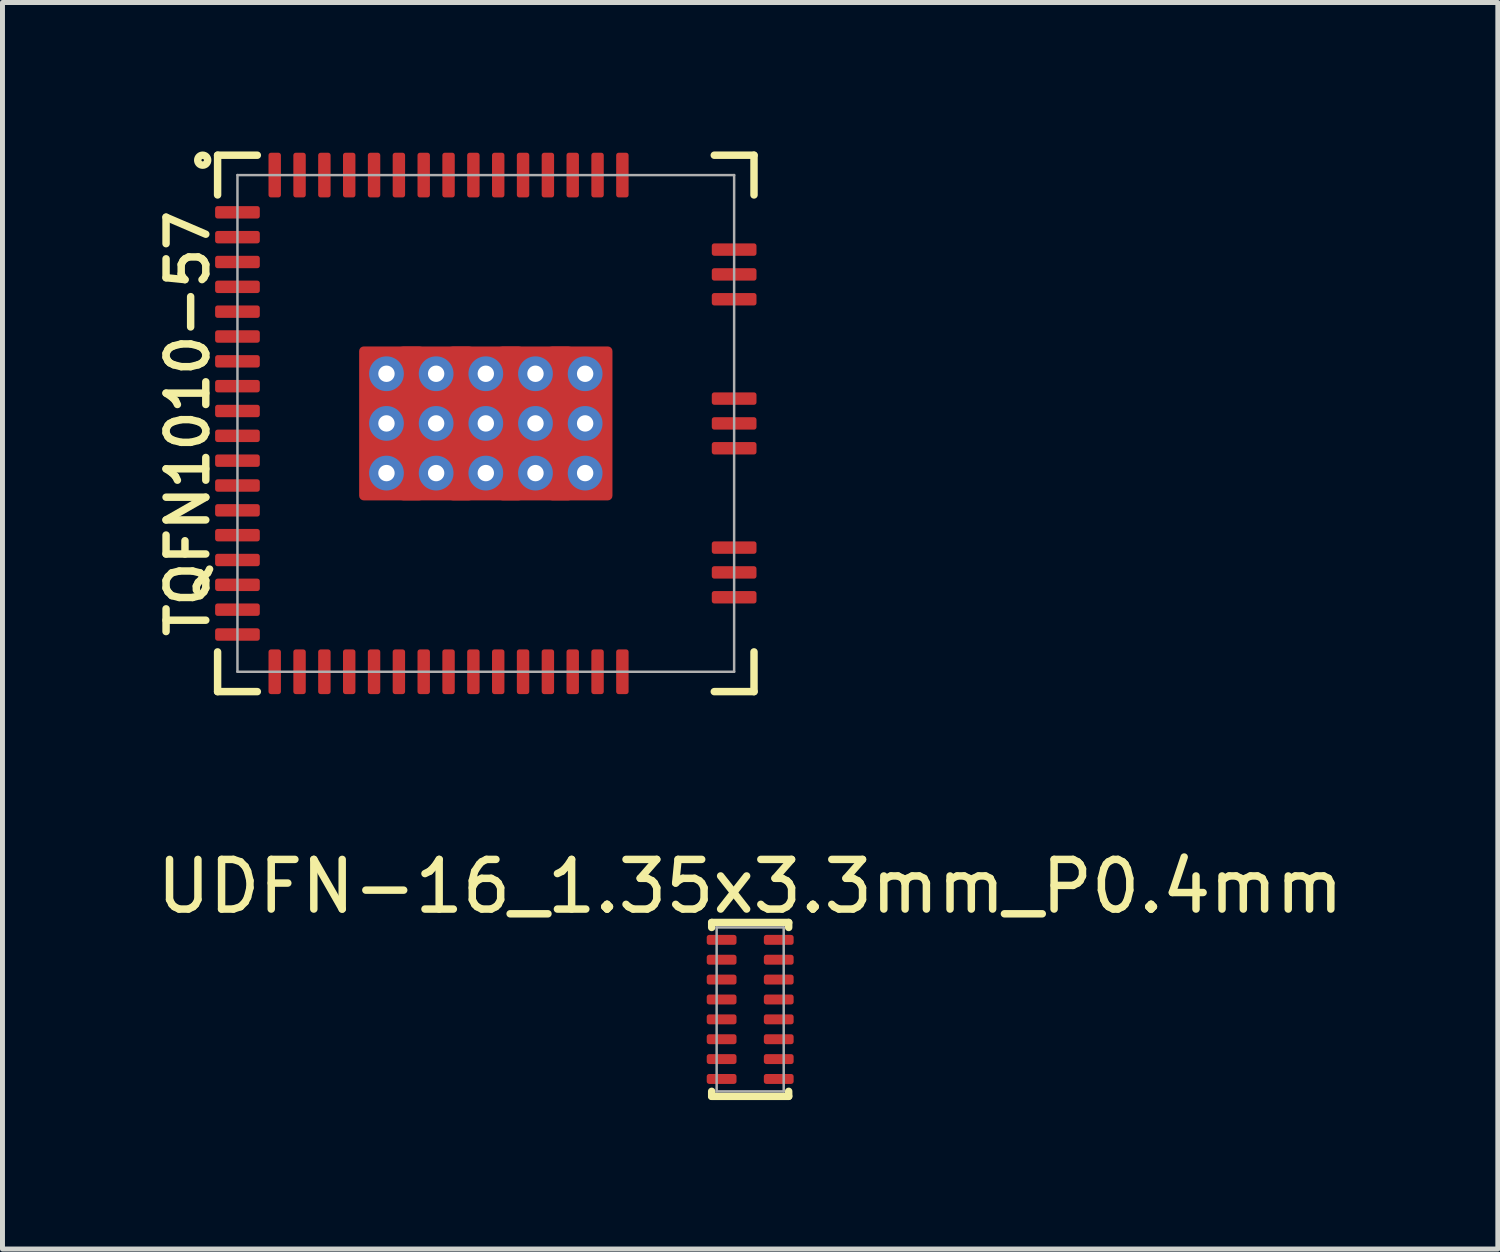
<source format=kicad_pcb>
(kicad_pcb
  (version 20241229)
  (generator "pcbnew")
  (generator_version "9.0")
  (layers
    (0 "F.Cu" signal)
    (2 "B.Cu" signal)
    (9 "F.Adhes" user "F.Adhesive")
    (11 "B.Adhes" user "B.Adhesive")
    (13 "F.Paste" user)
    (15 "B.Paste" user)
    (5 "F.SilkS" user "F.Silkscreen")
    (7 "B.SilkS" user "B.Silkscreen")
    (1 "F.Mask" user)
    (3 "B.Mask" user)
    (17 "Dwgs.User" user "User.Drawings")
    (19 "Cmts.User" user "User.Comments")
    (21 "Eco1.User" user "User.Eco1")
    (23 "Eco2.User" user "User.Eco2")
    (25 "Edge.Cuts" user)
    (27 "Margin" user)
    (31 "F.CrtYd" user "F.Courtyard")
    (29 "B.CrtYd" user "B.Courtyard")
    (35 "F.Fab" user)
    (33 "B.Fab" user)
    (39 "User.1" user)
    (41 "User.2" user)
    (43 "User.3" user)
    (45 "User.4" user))
  (footprint "UDFN-16_1.35x3.3mm_P0.4mm"
    (layer "F.Cu")
    (at 12.054 17.273)
    (property "Reference" "UDFN-16_1.35x3.3mm_P0.4mm" (at 0 -2.475 0) (layer "F.SilkS") (effects (font (size 1 1) (thickness 0.15))))
    (attr smd)
    (fp_line (start -0.775 -1.75) (end -0.775 -1.65) (stroke (width 0.15) (type solid)) (layer "F.SilkS"))
    (fp_line (start -0.775 -1.75) (end 0.775 -1.75) (stroke (width 0.15) (type solid)) (layer "F.SilkS"))
    (fp_line (start -0.775 1.75) (end -0.775 1.65) (stroke (width 0.15) (type solid)) (layer "F.SilkS"))
    (fp_line (start -0.775 1.75) (end 0.775 1.75) (stroke (width 0.15) (type solid)) (layer "F.SilkS"))
    (fp_line (start 0.775 -1.75) (end 0.775 -1.65) (stroke (width 0.15) (type solid)) (layer "F.SilkS"))
    (fp_line (start 0.775 1.75) (end 0.775 1.65) (stroke (width 0.15) (type solid)) (layer "F.SilkS"))
    (fp_line (start -0.675 -1.65) (end 0.675 -1.65) (stroke (width 0.05) (type solid)) (layer "F.Fab"))
    (fp_line (start -0.675 1.65) (end -0.675 -1.65) (stroke (width 0.05) (type solid)) (layer "F.Fab"))
    (fp_line (start 0.675 -1.65) (end 0.675 1.65) (stroke (width 0.05) (type solid)) (layer "F.Fab"))
    (fp_line (start 0.675 1.65) (end -0.675 1.65) (stroke (width 0.05) (type solid)) (layer "F.Fab"))
    (pad "1" smd roundrect (at -0.575 -1.4) (size 0.6 0.2) (layers "F.Cu" "F.Mask" "F.Paste") (roundrect_rratio 0.25))
    (pad "2" smd roundrect (at -0.575 -1) (size 0.6 0.2) (layers "F.Cu" "F.Mask" "F.Paste") (roundrect_rratio 0.25))
    (pad "3" smd roundrect (at -0.575 -0.6) (size 0.6 0.2) (layers "F.Cu" "F.Mask" "F.Paste") (roundrect_rratio 0.25))
    (pad "4" smd roundrect (at -0.575 -0.2) (size 0.6 0.2) (layers "F.Cu" "F.Mask" "F.Paste") (roundrect_rratio 0.25))
    (pad "5" smd roundrect (at -0.575 0.2) (size 0.6 0.2) (layers "F.Cu" "F.Mask" "F.Paste") (roundrect_rratio 0.25))
    (pad "6" smd roundrect (at -0.575 0.6) (size 0.6 0.2) (layers "F.Cu" "F.Mask" "F.Paste") (roundrect_rratio 0.25))
    (pad "7" smd roundrect (at -0.575 1) (size 0.6 0.2) (layers "F.Cu" "F.Mask" "F.Paste") (roundrect_rratio 0.25))
    (pad "8" smd roundrect (at -0.575 1.4) (size 0.6 0.2) (layers "F.Cu" "F.Mask" "F.Paste") (roundrect_rratio 0.25))
    (pad "9" smd roundrect (at 0.575 1.4) (size 0.6 0.2) (layers "F.Cu" "F.Mask" "F.Paste") (roundrect_rratio 0.25))
    (pad "10" smd roundrect (at 0.575 1) (size 0.6 0.2) (layers "F.Cu" "F.Mask" "F.Paste") (roundrect_rratio 0.25))
    (pad "11" smd roundrect (at 0.575 0.6) (size 0.6 0.2) (layers "F.Cu" "F.Mask" "F.Paste") (roundrect_rratio 0.25))
    (pad "12" smd roundrect (at 0.575 0.2) (size 0.6 0.2) (layers "F.Cu" "F.Mask" "F.Paste") (roundrect_rratio 0.25))
    (pad "13" smd roundrect (at 0.575 -0.2) (size 0.6 0.2) (layers "F.Cu" "F.Mask" "F.Paste") (roundrect_rratio 0.25))
    (pad "14" smd roundrect (at 0.575 -0.6) (size 0.6 0.2) (layers "F.Cu" "F.Mask" "F.Paste") (roundrect_rratio 0.25))
    (pad "15" smd roundrect (at 0.575 -1) (size 0.6 0.2) (layers "F.Cu" "F.Mask" "F.Paste") (roundrect_rratio 0.25))
    (pad "16" smd roundrect (at 0.575 -1.4) (size 0.6 0.2) (layers "F.Cu" "F.Mask" "F.Paste") (roundrect_rratio 0.25)))
  (footprint "TQFN1010-57"
    (layer "F.Cu")
    (at 6.731 5.475)
    (property "Reference" "TQFN1010-57" (at -6 0 90) (layer "F.SilkS") (effects (font (size 0.8 0.8) (thickness 0.15))))
    (attr smd)
    (fp_line (start -5.4 -5.4) (end -4.6 -5.4) (stroke (width 0.15) (type solid)) (layer "F.SilkS"))
    (fp_line (start -5.4 -4.6) (end -5.4 -5.4) (stroke (width 0.15) (type solid)) (layer "F.SilkS"))
    (fp_line (start -5.4 5.4) (end -5.4 4.6) (stroke (width 0.15) (type solid)) (layer "F.SilkS"))
    (fp_line (start -4.6 5.4) (end -5.4 5.4) (stroke (width 0.15) (type solid)) (layer "F.SilkS"))
    (fp_line (start 4.6 -5.4) (end 5.4 -5.4) (stroke (width 0.15) (type solid)) (layer "F.SilkS"))
    (fp_line (start 5.4 -5.4) (end 5.4 -4.6) (stroke (width 0.15) (type solid)) (layer "F.SilkS"))
    (fp_line (start 5.4 4.6) (end 5.4 5.4) (stroke (width 0.15) (type solid)) (layer "F.SilkS"))
    (fp_line (start 5.4 5.4) (end 4.6 5.4) (stroke (width 0.15) (type solid)) (layer "F.SilkS"))
    (fp_circle (center -5.7 -5.3) (end -5.7 -5.4) (stroke (width 0.15) (type solid)) (fill no) (layer "F.SilkS"))
    (fp_line (start -5 -5) (end 5 -5) (stroke (width 0.05) (type solid)) (layer "F.Fab"))
    (fp_line (start -5 5) (end -5 -5) (stroke (width 0.05) (type solid)) (layer "F.Fab"))
    (fp_line (start 5 -5) (end 5 5) (stroke (width 0.05) (type solid)) (layer "F.Fab"))
    (fp_line (start 5 5) (end -5 5) (stroke (width 0.05) (type solid)) (layer "F.Fab"))
    (pad "" smd roundrect (at -5 -4.25 180) (size 0.5 0.25) (layers "F.Paste") (roundrect_rratio 0.2))
    (pad "" smd roundrect (at -5 -3.75 180) (size 0.5 0.25) (layers "F.Paste") (roundrect_rratio 0.2))
    (pad "" smd roundrect (at -5 -3.25 180) (size 0.5 0.25) (layers "F.Paste") (roundrect_rratio 0.2))
    (pad "" smd roundrect (at -5 -2.75 180) (size 0.5 0.25) (layers "F.Paste") (roundrect_rratio 0.2))
    (pad "" smd roundrect (at -5 -2.25 180) (size 0.5 0.25) (layers "F.Paste") (roundrect_rratio 0.2))
    (pad "" smd roundrect (at -5 -1.75 180) (size 0.5 0.25) (layers "F.Paste") (roundrect_rratio 0.2))
    (pad "" smd roundrect (at -5 -1.25 180) (size 0.5 0.25) (layers "F.Paste") (roundrect_rratio 0.2))
    (pad "" smd roundrect (at -5 -0.75 180) (size 0.5 0.25) (layers "F.Paste") (roundrect_rratio 0.2))
    (pad "" smd roundrect (at -5 -0.25 180) (size 0.5 0.25) (layers "F.Paste") (roundrect_rratio 0.2))
    (pad "" smd roundrect (at -5 0.25 180) (size 0.5 0.25) (layers "F.Paste") (roundrect_rratio 0.2))
    (pad "" smd roundrect (at -5 0.75 180) (size 0.5 0.25) (layers "F.Paste") (roundrect_rratio 0.2))
    (pad "" smd roundrect (at -5 1.25 180) (size 0.5 0.25) (layers "F.Paste") (roundrect_rratio 0.2))
    (pad "" smd roundrect (at -5 1.75 180) (size 0.5 0.25) (layers "F.Paste") (roundrect_rratio 0.2))
    (pad "" smd roundrect (at -5 2.25 180) (size 0.5 0.25) (layers "F.Paste") (roundrect_rratio 0.2))
    (pad "" smd roundrect (at -5 2.75 180) (size 0.5 0.25) (layers "F.Paste") (roundrect_rratio 0.2))
    (pad "" smd roundrect (at -5 3.25 180) (size 0.5 0.25) (layers "F.Paste") (roundrect_rratio 0.2))
    (pad "" smd roundrect (at -5 3.75 180) (size 0.5 0.25) (layers "F.Paste") (roundrect_rratio 0.2))
    (pad "" smd roundrect (at -5 4.25 180) (size 0.5 0.25) (layers "F.Paste") (roundrect_rratio 0.2))
    (pad "" smd roundrect (at -4.25 -5 90) (size 0.5 0.25) (layers "F.Paste") (roundrect_rratio 0.2))
    (pad "" smd roundrect (at -4.25 5 270) (size 0.5 0.25) (layers "F.Paste") (roundrect_rratio 0.2))
    (pad "" smd roundrect (at -3.75 -5 90) (size 0.5 0.25) (layers "F.Paste") (roundrect_rratio 0.2))
    (pad "" smd roundrect (at -3.75 5 270) (size 0.5 0.25) (layers "F.Paste") (roundrect_rratio 0.2))
    (pad "" smd roundrect (at -3.25 -5 90) (size 0.5 0.25) (layers "F.Paste") (roundrect_rratio 0.2))
    (pad "" smd roundrect (at -3.25 5 270) (size 0.5 0.25) (layers "F.Paste") (roundrect_rratio 0.2))
    (pad "" smd roundrect (at -2.75 -5 90) (size 0.5 0.25) (layers "F.Paste") (roundrect_rratio 0.2))
    (pad "" smd roundrect (at -2.75 5 270) (size 0.5 0.25) (layers "F.Paste") (roundrect_rratio 0.2))
    (pad "" smd roundrect (at -2.25 -5 90) (size 0.5 0.25) (layers "F.Paste") (roundrect_rratio 0.2))
    (pad "" smd roundrect (at -2.25 5 270) (size 0.5 0.25) (layers "F.Paste") (roundrect_rratio 0.2))
    (pad "" smd roundrect (at -1.75 -5 90) (size 0.5 0.25) (layers "F.Paste") (roundrect_rratio 0.2))
    (pad "" smd roundrect (at -1.75 5 270) (size 0.5 0.25) (layers "F.Paste") (roundrect_rratio 0.2))
    (pad "" smd roundrect (at -1.25 -5 90) (size 0.5 0.25) (layers "F.Paste") (roundrect_rratio 0.2))
    (pad "" smd roundrect (at -1.25 5 270) (size 0.5 0.25) (layers "F.Paste") (roundrect_rratio 0.2))
    (pad "" smd roundrect (at -0.75 -5 90) (size 0.5 0.25) (layers "F.Paste") (roundrect_rratio 0.2))
    (pad "" smd roundrect (at -0.75 5 270) (size 0.5 0.25) (layers "F.Paste") (roundrect_rratio 0.2))
    (pad "" smd roundrect (at -0.25 -5 90) (size 0.5 0.25) (layers "F.Paste") (roundrect_rratio 0.2))
    (pad "" smd roundrect (at -0.25 5 270) (size 0.5 0.25) (layers "F.Paste") (roundrect_rratio 0.2))
    (pad "" smd roundrect (at 0.25 -5 90) (size 0.5 0.25) (layers "F.Paste") (roundrect_rratio 0.2))
    (pad "" smd roundrect (at 0.25 5 270) (size 0.5 0.25) (layers "F.Paste") (roundrect_rratio 0.2))
    (pad "" smd roundrect (at 0.75 -5 90) (size 0.5 0.25) (layers "F.Paste") (roundrect_rratio 0.2))
    (pad "" smd roundrect (at 0.75 5 270) (size 0.5 0.25) (layers "F.Paste") (roundrect_rratio 0.2))
    (pad "" smd roundrect (at 1.25 -5 90) (size 0.5 0.25) (layers "F.Paste") (roundrect_rratio 0.2))
    (pad "" smd roundrect (at 1.25 5 270) (size 0.5 0.25) (layers "F.Paste") (roundrect_rratio 0.2))
    (pad "" smd roundrect (at 1.75 -5 90) (size 0.5 0.25) (layers "F.Paste") (roundrect_rratio 0.2))
    (pad "" smd roundrect (at 1.75 5 270) (size 0.5 0.25) (layers "F.Paste") (roundrect_rratio 0.2))
    (pad "" smd roundrect (at 2.25 -5 90) (size 0.5 0.25) (layers "F.Paste") (roundrect_rratio 0.2))
    (pad "" smd roundrect (at 2.25 5 270) (size 0.5 0.25) (layers "F.Paste") (roundrect_rratio 0.2))
    (pad "" smd roundrect (at 2.75 -5 90) (size 0.5 0.25) (layers "F.Paste") (roundrect_rratio 0.2))
    (pad "" smd roundrect (at 2.75 5 270) (size 0.5 0.25) (layers "F.Paste") (roundrect_rratio 0.2))
    (pad "" smd roundrect (at 5 -3.5) (size 0.5 0.25) (layers "F.Paste") (roundrect_rratio 0.2))
    (pad "" smd roundrect (at 5 -3) (size 0.5 0.25) (layers "F.Paste") (roundrect_rratio 0.2))
    (pad "" smd roundrect (at 5 -2.5) (size 0.5 0.25) (layers "F.Paste") (roundrect_rratio 0.2))
    (pad "" smd roundrect (at 5 -0.5) (size 0.5 0.25) (layers "F.Paste") (roundrect_rratio 0.2))
    (pad "" smd roundrect (at 5 0) (size 0.5 0.25) (layers "F.Paste") (roundrect_rratio 0.2))
    (pad "" smd roundrect (at 5 0.5) (size 0.5 0.25) (layers "F.Paste") (roundrect_rratio 0.2))
    (pad "" smd roundrect (at 5 2.5) (size 0.5 0.25) (layers "F.Paste") (roundrect_rratio 0.2))
    (pad "" smd roundrect (at 5 3) (size 0.5 0.25) (layers "F.Paste") (roundrect_rratio 0.2))
    (pad "" smd roundrect (at 5 3.5) (size 0.5 0.25) (layers "F.Paste") (roundrect_rratio 0.2))
    (pad "1" smd roundrect (at -5 -4.25) (size 0.9 0.25) (layers "F.Cu" "F.Mask") (roundrect_rratio 0.2))
    (pad "2" smd roundrect (at -5 -3.75) (size 0.9 0.25) (layers "F.Cu" "F.Mask") (roundrect_rratio 0.2))
    (pad "3" smd roundrect (at -5 -3.25) (size 0.9 0.25) (layers "F.Cu" "F.Mask") (roundrect_rratio 0.2))
    (pad "4" smd roundrect (at -5 -2.75) (size 0.9 0.25) (layers "F.Cu" "F.Mask") (roundrect_rratio 0.2))
    (pad "5" smd roundrect (at -5 -2.25) (size 0.9 0.25) (layers "F.Cu" "F.Mask") (roundrect_rratio 0.2))
    (pad "6" smd roundrect (at -5 -1.75) (size 0.9 0.25) (layers "F.Cu" "F.Mask") (roundrect_rratio 0.2))
    (pad "7" smd roundrect (at -5 -1.25) (size 0.9 0.25) (layers "F.Cu" "F.Mask") (roundrect_rratio 0.2))
    (pad "8" smd roundrect (at -5 -0.75) (size 0.9 0.25) (layers "F.Cu" "F.Mask") (roundrect_rratio 0.2))
    (pad "9" smd roundrect (at -5 -0.25) (size 0.9 0.25) (layers "F.Cu" "F.Mask") (roundrect_rratio 0.2))
    (pad "10" smd roundrect (at -5 0.25) (size 0.9 0.25) (layers "F.Cu" "F.Mask") (roundrect_rratio 0.2))
    (pad "11" smd roundrect (at -5 0.75) (size 0.9 0.25) (layers "F.Cu" "F.Mask") (roundrect_rratio 0.2))
    (pad "12" smd roundrect (at -5 1.25) (size 0.9 0.25) (layers "F.Cu" "F.Mask") (roundrect_rratio 0.2))
    (pad "13" smd roundrect (at -5 1.75) (size 0.9 0.25) (layers "F.Cu" "F.Mask") (roundrect_rratio 0.2))
    (pad "14" smd roundrect (at -5 2.25) (size 0.9 0.25) (layers "F.Cu" "F.Mask") (roundrect_rratio 0.2))
    (pad "15" smd roundrect (at -5 2.75) (size 0.9 0.25) (layers "F.Cu" "F.Mask") (roundrect_rratio 0.2))
    (pad "16" smd roundrect (at -5 3.25) (size 0.9 0.25) (layers "F.Cu" "F.Mask") (roundrect_rratio 0.2))
    (pad "17" smd roundrect (at -5 3.75) (size 0.9 0.25) (layers "F.Cu" "F.Mask") (roundrect_rratio 0.2))
    (pad "18" smd roundrect (at -5 4.25) (size 0.9 0.25) (layers "F.Cu" "F.Mask") (roundrect_rratio 0.2))
    (pad "19" smd roundrect (at -4.25 5 90) (size 0.9 0.25) (layers "F.Cu" "F.Mask") (roundrect_rratio 0.2))
    (pad "20" smd roundrect (at -3.75 5 90) (size 0.9 0.25) (layers "F.Cu" "F.Mask") (roundrect_rratio 0.2))
    (pad "21" smd roundrect (at -3.25 5 90) (size 0.9 0.25) (layers "F.Cu" "F.Mask") (roundrect_rratio 0.2))
    (pad "22" smd roundrect (at -2.75 5 90) (size 0.9 0.25) (layers "F.Cu" "F.Mask") (roundrect_rratio 0.2))
    (pad "23" smd roundrect (at -2.25 5 90) (size 0.9 0.25) (layers "F.Cu" "F.Mask") (roundrect_rratio 0.2))
    (pad "24" smd roundrect (at -1.75 5 90) (size 0.9 0.25) (layers "F.Cu" "F.Mask") (roundrect_rratio 0.2))
    (pad "25" smd roundrect (at -1.25 5 90) (size 0.9 0.25) (layers "F.Cu" "F.Mask") (roundrect_rratio 0.2))
    (pad "26" smd roundrect (at -0.75 5 90) (size 0.9 0.25) (layers "F.Cu" "F.Mask") (roundrect_rratio 0.2))
    (pad "27" smd roundrect (at -0.25 5 90) (size 0.9 0.25) (layers "F.Cu" "F.Mask") (roundrect_rratio 0.2))
    (pad "28" smd roundrect (at 0.25 5 90) (size 0.9 0.25) (layers "F.Cu" "F.Mask") (roundrect_rratio 0.2))
    (pad "29" smd roundrect (at 0.75 5 90) (size 0.9 0.25) (layers "F.Cu" "F.Mask") (roundrect_rratio 0.2))
    (pad "30" smd roundrect (at 1.25 5 90) (size 0.9 0.25) (layers "F.Cu" "F.Mask") (roundrect_rratio 0.2))
    (pad "31" smd roundrect (at 1.75 5 90) (size 0.9 0.25) (layers "F.Cu" "F.Mask") (roundrect_rratio 0.2))
    (pad "32" smd roundrect (at 2.25 5 90) (size 0.9 0.25) (layers "F.Cu" "F.Mask") (roundrect_rratio 0.2))
    (pad "33" smd roundrect (at 2.75 5 90) (size 0.9 0.25) (layers "F.Cu" "F.Mask") (roundrect_rratio 0.2))
    (pad "34" smd roundrect (at 5 3.5) (size 0.9 0.25) (layers "F.Cu" "F.Mask") (roundrect_rratio 0.2))
    (pad "35" smd roundrect (at 5 3) (size 0.9 0.25) (layers "F.Cu" "F.Mask") (roundrect_rratio 0.2))
    (pad "36" smd roundrect (at 5 2.5) (size 0.9 0.25) (layers "F.Cu" "F.Mask") (roundrect_rratio 0.2))
    (pad "37" smd roundrect (at 5 0.5) (size 0.9 0.25) (layers "F.Cu" "F.Mask") (roundrect_rratio 0.2))
    (pad "38" smd roundrect (at 5 0) (size 0.9 0.25) (layers "F.Cu" "F.Mask") (roundrect_rratio 0.2))
    (pad "39" smd roundrect (at 5 -0.5) (size 0.9 0.25) (layers "F.Cu" "F.Mask") (roundrect_rratio 0.2))
    (pad "40" smd roundrect (at 5 -2.5) (size 0.9 0.25) (layers "F.Cu" "F.Mask") (roundrect_rratio 0.2))
    (pad "41" smd roundrect (at 5 -3) (size 0.9 0.25) (layers "F.Cu" "F.Mask") (roundrect_rratio 0.2))
    (pad "42" smd roundrect (at 5 -3.5) (size 0.9 0.25) (layers "F.Cu" "F.Mask") (roundrect_rratio 0.2))
    (pad "43" smd roundrect (at 2.75 -5 90) (size 0.9 0.25) (layers "F.Cu" "F.Mask") (roundrect_rratio 0.2))
    (pad "44" smd roundrect (at 2.25 -5 90) (size 0.9 0.25) (layers "F.Cu" "F.Mask") (roundrect_rratio 0.2))
    (pad "45" smd roundrect (at 1.75 -5 90) (size 0.9 0.25) (layers "F.Cu" "F.Mask") (roundrect_rratio 0.2))
    (pad "46" smd roundrect (at 1.25 -5 90) (size 0.9 0.25) (layers "F.Cu" "F.Mask") (roundrect_rratio 0.2))
    (pad "47" smd roundrect (at 0.75 -5 90) (size 0.9 0.25) (layers "F.Cu" "F.Mask") (roundrect_rratio 0.2))
    (pad "48" smd roundrect (at 0.25 -5 90) (size 0.9 0.25) (layers "F.Cu" "F.Mask") (roundrect_rratio 0.2))
    (pad "49" smd roundrect (at -0.25 -5 90) (size 0.9 0.25) (layers "F.Cu" "F.Mask") (roundrect_rratio 0.2))
    (pad "50" smd roundrect (at -0.75 -5 90) (size 0.9 0.25) (layers "F.Cu" "F.Mask") (roundrect_rratio 0.2))
    (pad "51" smd roundrect (at -1.25 -5 90) (size 0.9 0.25) (layers "F.Cu" "F.Mask") (roundrect_rratio 0.2))
    (pad "52" smd roundrect (at -1.75 -5 90) (size 0.9 0.25) (layers "F.Cu" "F.Mask") (roundrect_rratio 0.2))
    (pad "53" smd roundrect (at -2.25 -5 90) (size 0.9 0.25) (layers "F.Cu" "F.Mask") (roundrect_rratio 0.2))
    (pad "54" smd roundrect (at -2.75 -5 90) (size 0.9 0.25) (layers "F.Cu" "F.Mask") (roundrect_rratio 0.2))
    (pad "55" smd roundrect (at -3.25 -5 90) (size 0.9 0.25) (layers "F.Cu" "F.Mask") (roundrect_rratio 0.2))
    (pad "56" smd roundrect (at -3.75 -5 90) (size 0.9 0.25) (layers "F.Cu" "F.Mask") (roundrect_rratio 0.2))
    (pad "57" smd roundrect (at -4.25 -5 90) (size 0.9 0.25) (layers "F.Cu" "F.Mask") (roundrect_rratio 0.2))
    (pad "58" thru_hole circle (at -2 -1) (size 0.7 0.7) (drill 0.33) (layers "*.Cu"))
    (pad "58" thru_hole circle (at -2 0) (size 0.7 0.7) (drill 0.33) (layers "*.Cu"))
    (pad "58" thru_hole circle (at -2 1) (size 0.7 0.7) (drill 0.33) (layers "*.Cu"))
    (pad "58" smd roundrect (at -1.5 -0.85) (size 0.65 1.4) (layers "F.Cu" "F.Paste") (roundrect_rratio 0.25))
    (pad "58" smd roundrect (at -1.5 0.85) (size 0.65 1.4) (layers "F.Cu" "F.Paste") (roundrect_rratio 0.25))
    (pad "58" thru_hole circle (at -1 -1) (size 0.7 0.7) (drill 0.33) (layers "*.Cu"))
    (pad "58" thru_hole circle (at -1 0) (size 0.7 0.7) (drill 0.33) (layers "*.Cu"))
    (pad "58" thru_hole circle (at -1 1) (size 0.7 0.7) (drill 0.33) (layers "*.Cu"))
    (pad "58" smd roundrect (at -0.5 -0.85) (size 0.65 1.4) (layers "F.Cu" "F.Paste") (roundrect_rratio 0.25))
    (pad "58" smd roundrect (at -0.5 0.85) (size 0.65 1.4) (layers "F.Cu" "F.Paste") (roundrect_rratio 0.25))
    (pad "58" thru_hole circle (at 0 -1) (size 0.7 0.7) (drill 0.33) (layers "*.Cu"))
    (pad "58" thru_hole circle (at 0 0) (size 0.7 0.7) (drill 0.33) (layers "*.Cu"))
    (pad "58" smd roundrect (at 0 0) (size 5.1 3.1) (layers "F.Cu" "F.Mask") (roundrect_rratio 0.03))
    (pad "58" thru_hole circle (at 0 1) (size 0.7 0.7) (drill 0.33) (layers "*.Cu"))
    (pad "58" smd roundrect (at 0.5 -0.85) (size 0.65 1.4) (layers "F.Cu" "F.Paste") (roundrect_rratio 0.25))
    (pad "58" smd roundrect (at 0.5 0.85) (size 0.65 1.4) (layers "F.Cu" "F.Paste") (roundrect_rratio 0.25))
    (pad "58" thru_hole circle (at 1 -1) (size 0.7 0.7) (drill 0.33) (layers "*.Cu"))
    (pad "58" thru_hole circle (at 1 0) (size 0.7 0.7) (drill 0.33) (layers "*.Cu"))
    (pad "58" thru_hole circle (at 1 1) (size 0.7 0.7) (drill 0.33) (layers "*.Cu"))
    (pad "58" smd roundrect (at 1.5 -0.85) (size 0.65 1.4) (layers "F.Cu" "F.Paste") (roundrect_rratio 0.25))
    (pad "58" smd roundrect (at 1.5 0.85) (size 0.65 1.4) (layers "F.Cu" "F.Paste") (roundrect_rratio 0.25))
    (pad "58" thru_hole circle (at 2 -1) (size 0.7 0.7) (drill 0.33) (layers "*.Cu"))
    (pad "58" thru_hole circle (at 2 0) (size 0.7 0.7) (drill 0.33) (layers "*.Cu"))
    (pad "58" thru_hole circle (at 2 1) (size 0.7 0.7) (drill 0.33) (layers "*.Cu")))
  (gr_rect
    (start -3 -3)
    (end 27.107 22.098)
    (stroke (width 0.1) (type default))
    (fill no)
    (layer "Edge.Cuts")))
</source>
